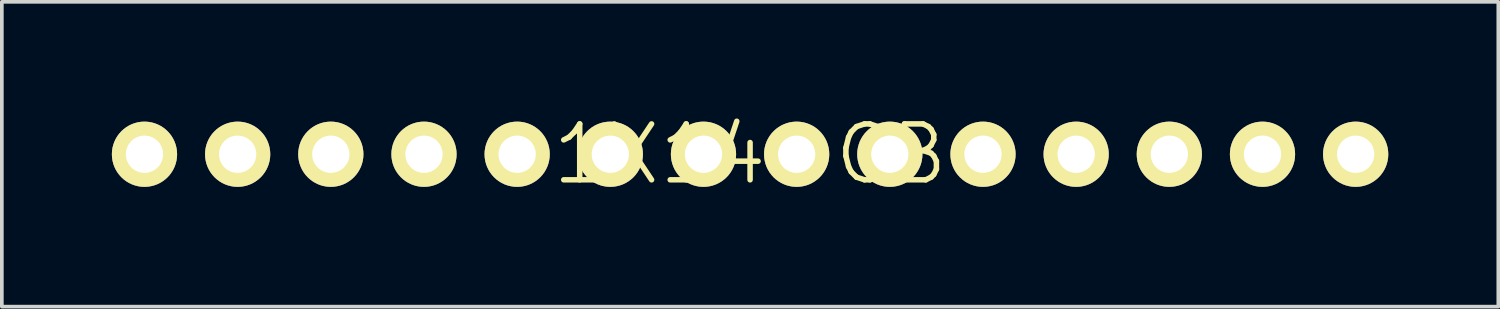
<source format=kicad_pcb>
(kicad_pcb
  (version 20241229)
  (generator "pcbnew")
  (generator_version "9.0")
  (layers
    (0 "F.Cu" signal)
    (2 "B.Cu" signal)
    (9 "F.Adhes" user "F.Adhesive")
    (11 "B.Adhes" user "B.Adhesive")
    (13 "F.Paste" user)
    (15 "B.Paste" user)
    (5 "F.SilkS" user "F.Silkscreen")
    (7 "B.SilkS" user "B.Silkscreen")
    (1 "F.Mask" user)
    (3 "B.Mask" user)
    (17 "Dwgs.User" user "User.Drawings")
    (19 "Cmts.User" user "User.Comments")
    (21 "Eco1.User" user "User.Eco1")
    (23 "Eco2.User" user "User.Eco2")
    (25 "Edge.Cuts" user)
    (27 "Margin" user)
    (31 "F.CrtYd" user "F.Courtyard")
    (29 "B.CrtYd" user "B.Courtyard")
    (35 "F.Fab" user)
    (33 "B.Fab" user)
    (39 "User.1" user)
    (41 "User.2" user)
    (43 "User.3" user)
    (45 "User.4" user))
  (footprint "1X14-CB"
    (layer "F.Cu")
    (at 17.399 1.155)
    (property "Reference" "1X14-CB" (at 0 0 0) (layer "F.SilkS") (effects (font (size 1.524 1.524) (thickness 0.15))))
    (attr exclude_from_pos_files exclude_from_bom)
    (fp_line (start -16.764 -0.254) (end -16.256 -0.254) (stroke (width 0.066) (type solid)) (layer "F.SilkS"))
    (fp_line (start -16.764 0.254) (end -16.764 -0.254) (stroke (width 0.066) (type solid)) (layer "F.SilkS"))
    (fp_line (start -16.764 0.254) (end -16.256 0.254) (stroke (width 0.066) (type solid)) (layer "F.SilkS"))
    (fp_line (start -16.256 0.254) (end -16.256 -0.254) (stroke (width 0.066) (type solid)) (layer "F.SilkS"))
    (fp_line (start -14.224 -0.254) (end -13.716 -0.254) (stroke (width 0.066) (type solid)) (layer "F.SilkS"))
    (fp_line (start -14.224 0.254) (end -14.224 -0.254) (stroke (width 0.066) (type solid)) (layer "F.SilkS"))
    (fp_line (start -14.224 0.254) (end -13.716 0.254) (stroke (width 0.066) (type solid)) (layer "F.SilkS"))
    (fp_line (start -13.716 0.254) (end -13.716 -0.254) (stroke (width 0.066) (type solid)) (layer "F.SilkS"))
    (fp_line (start -11.684 -0.254) (end -11.176 -0.254) (stroke (width 0.066) (type solid)) (layer "F.SilkS"))
    (fp_line (start -11.684 0.254) (end -11.684 -0.254) (stroke (width 0.066) (type solid)) (layer "F.SilkS"))
    (fp_line (start -11.684 0.254) (end -11.176 0.254) (stroke (width 0.066) (type solid)) (layer "F.SilkS"))
    (fp_line (start -11.176 0.254) (end -11.176 -0.254) (stroke (width 0.066) (type solid)) (layer "F.SilkS"))
    (fp_line (start -9.144 -0.254) (end -8.636 -0.254) (stroke (width 0.066) (type solid)) (layer "F.SilkS"))
    (fp_line (start -9.144 0.254) (end -9.144 -0.254) (stroke (width 0.066) (type solid)) (layer "F.SilkS"))
    (fp_line (start -9.144 0.254) (end -8.636 0.254) (stroke (width 0.066) (type solid)) (layer "F.SilkS"))
    (fp_line (start -8.636 0.254) (end -8.636 -0.254) (stroke (width 0.066) (type solid)) (layer "F.SilkS"))
    (fp_line (start -6.604 -0.254) (end -6.096 -0.254) (stroke (width 0.066) (type solid)) (layer "F.SilkS"))
    (fp_line (start -6.604 0.254) (end -6.604 -0.254) (stroke (width 0.066) (type solid)) (layer "F.SilkS"))
    (fp_line (start -6.604 0.254) (end -6.096 0.254) (stroke (width 0.066) (type solid)) (layer "F.SilkS"))
    (fp_line (start -6.096 0.254) (end -6.096 -0.254) (stroke (width 0.066) (type solid)) (layer "F.SilkS"))
    (fp_line (start -4.064 -0.254) (end -3.556 -0.254) (stroke (width 0.066) (type solid)) (layer "F.SilkS"))
    (fp_line (start -4.064 0.254) (end -4.064 -0.254) (stroke (width 0.066) (type solid)) (layer "F.SilkS"))
    (fp_line (start -4.064 0.254) (end -3.556 0.254) (stroke (width 0.066) (type solid)) (layer "F.SilkS"))
    (fp_line (start -3.556 0.254) (end -3.556 -0.254) (stroke (width 0.066) (type solid)) (layer "F.SilkS"))
    (fp_line (start -1.524 -0.254) (end -1.016 -0.254) (stroke (width 0.066) (type solid)) (layer "F.SilkS"))
    (fp_line (start -1.524 0.254) (end -1.524 -0.254) (stroke (width 0.066) (type solid)) (layer "F.SilkS"))
    (fp_line (start -1.524 0.254) (end -1.016 0.254) (stroke (width 0.066) (type solid)) (layer "F.SilkS"))
    (fp_line (start -1.016 0.254) (end -1.016 -0.254) (stroke (width 0.066) (type solid)) (layer "F.SilkS"))
    (fp_line (start 1.016 -0.254) (end 1.524 -0.254) (stroke (width 0.066) (type solid)) (layer "F.SilkS"))
    (fp_line (start 1.016 0.254) (end 1.016 -0.254) (stroke (width 0.066) (type solid)) (layer "F.SilkS"))
    (fp_line (start 1.016 0.254) (end 1.524 0.254) (stroke (width 0.066) (type solid)) (layer "F.SilkS"))
    (fp_line (start 1.524 0.254) (end 1.524 -0.254) (stroke (width 0.066) (type solid)) (layer "F.SilkS"))
    (fp_line (start 3.556 -0.254) (end 4.064 -0.254) (stroke (width 0.066) (type solid)) (layer "F.SilkS"))
    (fp_line (start 3.556 0.254) (end 3.556 -0.254) (stroke (width 0.066) (type solid)) (layer "F.SilkS"))
    (fp_line (start 3.556 0.254) (end 4.064 0.254) (stroke (width 0.066) (type solid)) (layer "F.SilkS"))
    (fp_line (start 4.064 0.254) (end 4.064 -0.254) (stroke (width 0.066) (type solid)) (layer "F.SilkS"))
    (fp_line (start 6.096 -0.254) (end 6.604 -0.254) (stroke (width 0.066) (type solid)) (layer "F.SilkS"))
    (fp_line (start 6.096 0.254) (end 6.096 -0.254) (stroke (width 0.066) (type solid)) (layer "F.SilkS"))
    (fp_line (start 6.096 0.254) (end 6.604 0.254) (stroke (width 0.066) (type solid)) (layer "F.SilkS"))
    (fp_line (start 6.604 0.254) (end 6.604 -0.254) (stroke (width 0.066) (type solid)) (layer "F.SilkS"))
    (fp_line (start 8.636 -0.254) (end 9.144 -0.254) (stroke (width 0.066) (type solid)) (layer "F.SilkS"))
    (fp_line (start 8.636 0.254) (end 8.636 -0.254) (stroke (width 0.066) (type solid)) (layer "F.SilkS"))
    (fp_line (start 8.636 0.254) (end 9.144 0.254) (stroke (width 0.066) (type solid)) (layer "F.SilkS"))
    (fp_line (start 9.144 0.254) (end 9.144 -0.254) (stroke (width 0.066) (type solid)) (layer "F.SilkS"))
    (fp_line (start 11.176 -0.254) (end 11.684 -0.254) (stroke (width 0.066) (type solid)) (layer "F.SilkS"))
    (fp_line (start 11.176 0.254) (end 11.176 -0.254) (stroke (width 0.066) (type solid)) (layer "F.SilkS"))
    (fp_line (start 11.176 0.254) (end 11.684 0.254) (stroke (width 0.066) (type solid)) (layer "F.SilkS"))
    (fp_line (start 11.684 0.254) (end 11.684 -0.254) (stroke (width 0.066) (type solid)) (layer "F.SilkS"))
    (fp_line (start 13.716 -0.254) (end 14.224 -0.254) (stroke (width 0.066) (type solid)) (layer "F.SilkS"))
    (fp_line (start 13.716 0.254) (end 13.716 -0.254) (stroke (width 0.066) (type solid)) (layer "F.SilkS"))
    (fp_line (start 13.716 0.254) (end 14.224 0.254) (stroke (width 0.066) (type solid)) (layer "F.SilkS"))
    (fp_line (start 14.224 0.254) (end 14.224 -0.254) (stroke (width 0.066) (type solid)) (layer "F.SilkS"))
    (fp_line (start 16.256 -0.254) (end 16.764 -0.254) (stroke (width 0.066) (type solid)) (layer "F.SilkS"))
    (fp_line (start 16.256 0.254) (end 16.256 -0.254) (stroke (width 0.066) (type solid)) (layer "F.SilkS"))
    (fp_line (start 16.256 0.254) (end 16.764 0.254) (stroke (width 0.066) (type solid)) (layer "F.SilkS"))
    (fp_line (start 16.764 0.254) (end 16.764 -0.254) (stroke (width 0.066) (type solid)) (layer "F.SilkS"))
    (pad "1" thru_hole circle (at -16.51 0) (size 1.778 1.778) (drill 1.016) (layers "*.Cu" "F.Mask" "F.SilkS" "F.Paste"))
    (pad "2" thru_hole circle (at -13.97 0) (size 1.778 1.778) (drill 1.016) (layers "*.Cu" "F.Mask" "F.SilkS" "F.Paste"))
    (pad "3" thru_hole circle (at -11.43 0) (size 1.778 1.778) (drill 1.016) (layers "*.Cu" "F.Mask" "F.SilkS" "F.Paste"))
    (pad "4" thru_hole circle (at -8.89 0) (size 1.778 1.778) (drill 1.016) (layers "*.Cu" "F.Mask" "F.SilkS" "F.Paste"))
    (pad "5" thru_hole circle (at -6.35 0) (size 1.778 1.778) (drill 1.016) (layers "*.Cu" "F.Mask" "F.SilkS" "F.Paste"))
    (pad "6" thru_hole circle (at -3.81 0) (size 1.778 1.778) (drill 1.016) (layers "*.Cu" "F.Mask" "F.SilkS" "F.Paste"))
    (pad "7" thru_hole circle (at -1.27 0) (size 1.778 1.778) (drill 1.016) (layers "*.Cu" "F.Mask" "F.SilkS" "F.Paste"))
    (pad "8" thru_hole circle (at 1.27 0) (size 1.778 1.778) (drill 1.016) (layers "*.Cu" "F.Mask" "F.SilkS" "F.Paste"))
    (pad "9" thru_hole circle (at 3.81 0) (size 1.778 1.778) (drill 1.016) (layers "*.Cu" "F.Mask" "F.SilkS" "F.Paste"))
    (pad "10" thru_hole circle (at 6.35 0) (size 1.778 1.778) (drill 1.016) (layers "*.Cu" "F.Mask" "F.SilkS" "F.Paste"))
    (pad "11" thru_hole circle (at 8.89 0) (size 1.778 1.778) (drill 1.016) (layers "*.Cu" "F.Mask" "F.SilkS" "F.Paste"))
    (pad "12" thru_hole circle (at 11.43 0) (size 1.778 1.778) (drill 1.016) (layers "*.Cu" "F.Mask" "F.SilkS" "F.Paste"))
    (pad "13" thru_hole circle (at 13.97 0) (size 1.778 1.778) (drill 1.016) (layers "*.Cu" "F.Mask" "F.SilkS" "F.Paste"))
    (pad "14" thru_hole circle (at 16.51 0) (size 1.778 1.778) (drill 1.016) (layers "*.Cu" "F.Mask" "F.SilkS" "F.Paste")))
  (gr_rect
    (start -3 -3)
    (end 37.798 5.31)
    (stroke (width 0.1) (type default))
    (fill no)
    (layer "Edge.Cuts")))
</source>
